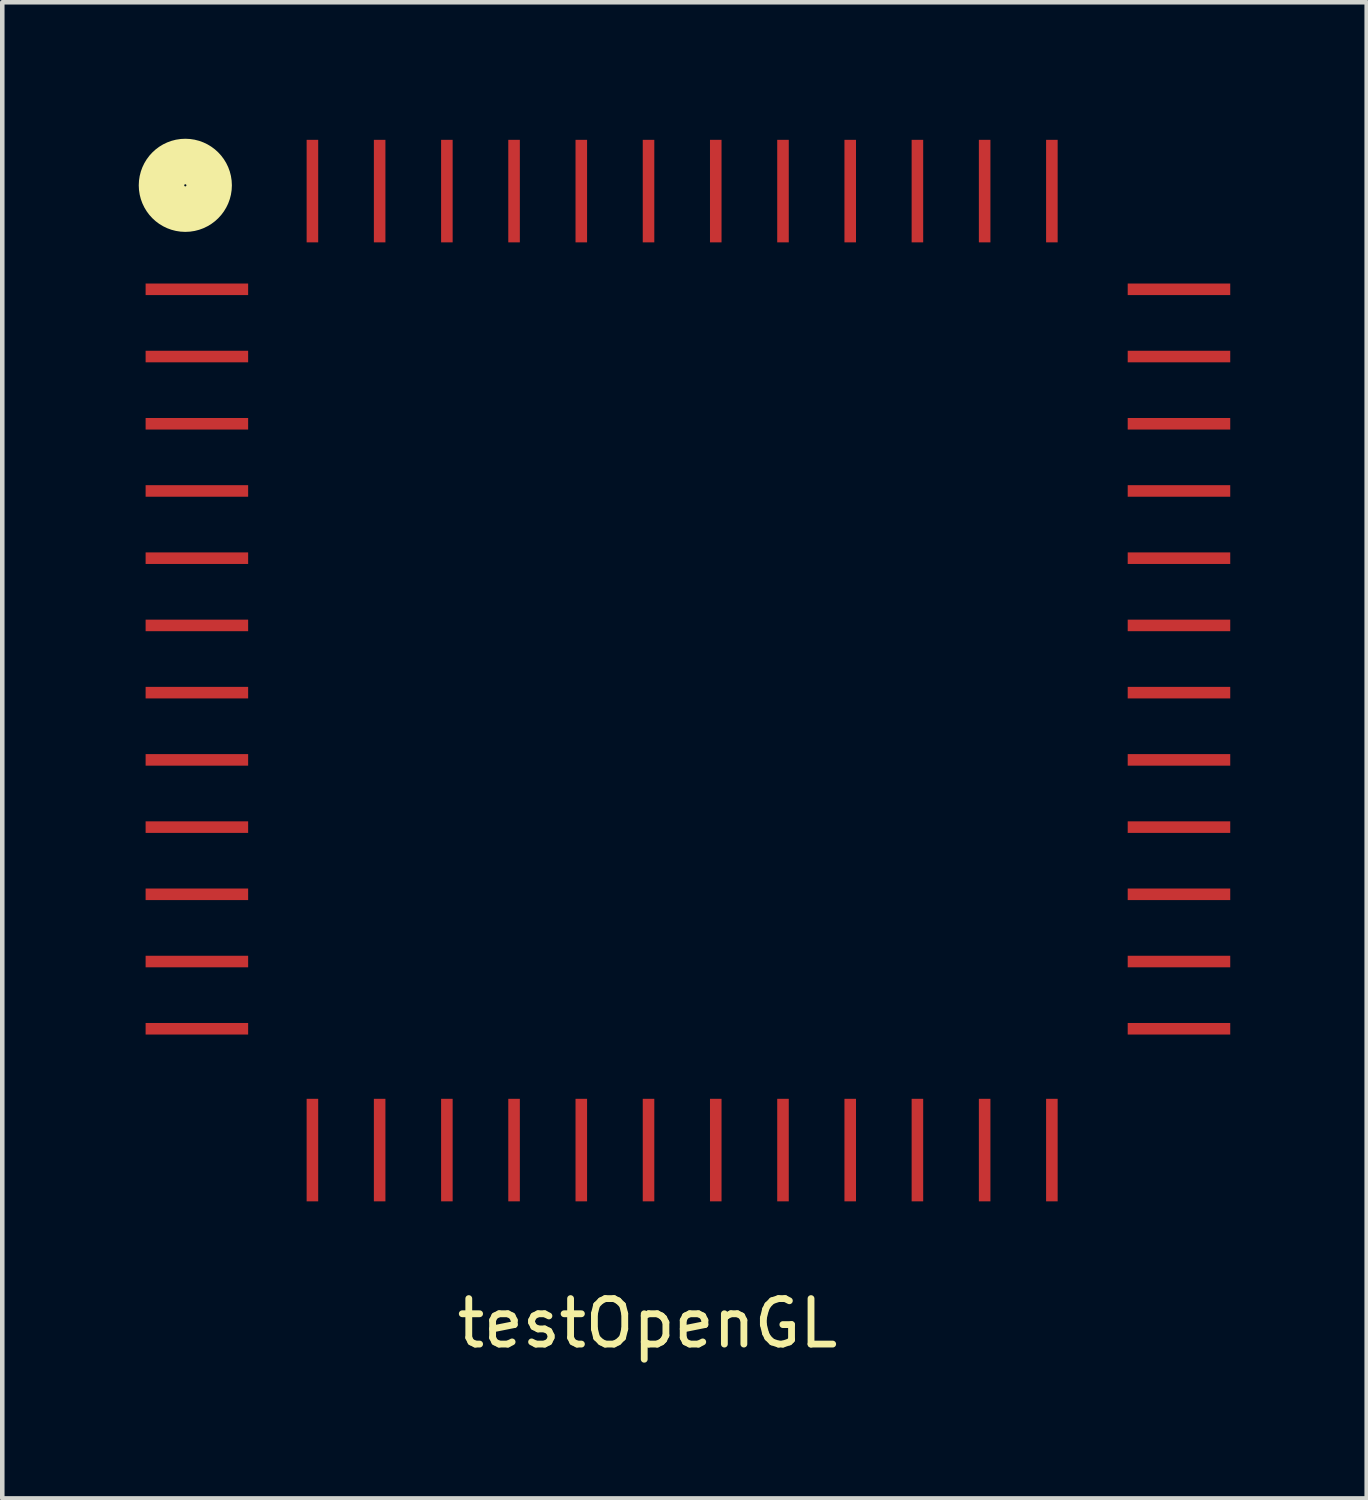
<source format=kicad_pcb>
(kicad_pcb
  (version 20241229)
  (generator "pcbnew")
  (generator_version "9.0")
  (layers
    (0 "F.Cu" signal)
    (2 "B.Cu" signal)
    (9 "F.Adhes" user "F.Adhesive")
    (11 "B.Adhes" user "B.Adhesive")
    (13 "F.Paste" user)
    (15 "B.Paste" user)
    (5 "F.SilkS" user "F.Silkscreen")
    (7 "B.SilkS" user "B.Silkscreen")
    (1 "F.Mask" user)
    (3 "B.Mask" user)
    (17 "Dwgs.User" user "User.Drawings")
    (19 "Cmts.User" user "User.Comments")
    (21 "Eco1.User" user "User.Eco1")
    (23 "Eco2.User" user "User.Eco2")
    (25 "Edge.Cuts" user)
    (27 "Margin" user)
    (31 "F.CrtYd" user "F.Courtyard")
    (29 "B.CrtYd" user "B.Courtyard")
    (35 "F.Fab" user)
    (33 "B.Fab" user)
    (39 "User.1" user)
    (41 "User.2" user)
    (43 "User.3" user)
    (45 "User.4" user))
  (footprint "testOpenGL"
    (layer "F.Cu")
    (at 11.311 10.803)
    (property "Reference" "testOpenGL" (at -0.127 15.24 0) (layer "F.SilkS") (effects (font (size 1 1) (thickness 0.15))))
    (attr through_hole)
    (fp_circle (center -10.287 -9.779) (end -9.779 -9.906) (stroke (width 1) (type solid)) (fill no) (layer "F.SilkS"))
    (pad "1" smd rect (at -10.033 -7.493 270) (size 0.254 2.254) (layers "F.Cu" "F.Mask" "F.Paste"))
    (pad "2" smd rect (at -10.033 -6.015 270) (size 0.254 2.254) (layers "F.Cu" "F.Mask" "F.Paste"))
    (pad "3" smd rect (at -10.033 -4.537 270) (size 0.254 2.254) (layers "F.Cu" "F.Mask" "F.Paste"))
    (pad "4" smd rect (at -10.033 -3.06 270) (size 0.254 2.254) (layers "F.Cu" "F.Mask" "F.Paste"))
    (pad "5" smd rect (at -10.033 -1.582 270) (size 0.254 2.254) (layers "F.Cu" "F.Mask" "F.Paste"))
    (pad "6" smd rect (at -10.033 -0.104 270) (size 0.254 2.254) (layers "F.Cu" "F.Mask" "F.Paste"))
    (pad "7" smd rect (at -10.033 1.374 270) (size 0.254 2.254) (layers "F.Cu" "F.Mask" "F.Paste"))
    (pad "8" smd rect (at -10.033 2.852 270) (size 0.254 2.254) (layers "F.Cu" "F.Mask" "F.Paste"))
    (pad "9" smd rect (at -10.033 4.33 270) (size 0.254 2.254) (layers "F.Cu" "F.Mask" "F.Paste"))
    (pad "10" smd rect (at -10.033 5.807 270) (size 0.254 2.254) (layers "F.Cu" "F.Mask" "F.Paste"))
    (pad "11" smd rect (at -10.033 7.285 270) (size 0.254 2.254) (layers "F.Cu" "F.Mask" "F.Paste"))
    (pad "12" smd rect (at -10.033 8.763 270) (size 0.254 2.254) (layers "F.Cu" "F.Mask" "F.Paste"))
    (pad "13" smd rect (at -7.493 11.43) (size 0.254 2.254) (layers "F.Cu" "F.Mask" "F.Paste"))
    (pad "14" smd rect (at -6.015 11.43) (size 0.254 2.254) (layers "F.Cu" "F.Mask" "F.Paste"))
    (pad "15" smd rect (at -4.537 11.43) (size 0.254 2.254) (layers "F.Cu" "F.Mask" "F.Paste"))
    (pad "16" smd rect (at -3.06 11.43) (size 0.254 2.254) (layers "F.Cu" "F.Mask" "F.Paste"))
    (pad "17" smd rect (at -1.582 11.43) (size 0.254 2.254) (layers "F.Cu" "F.Mask" "F.Paste"))
    (pad "18" smd rect (at -0.104 11.43) (size 0.254 2.254) (layers "F.Cu" "F.Mask" "F.Paste"))
    (pad "19" smd rect (at 1.374 11.43) (size 0.254 2.254) (layers "F.Cu" "F.Mask" "F.Paste"))
    (pad "20" smd rect (at 2.852 11.43) (size 0.254 2.254) (layers "F.Cu" "F.Mask" "F.Paste"))
    (pad "21" smd rect (at 4.33 11.43) (size 0.254 2.254) (layers "F.Cu" "F.Mask" "F.Paste"))
    (pad "22" smd rect (at 5.807 11.43) (size 0.254 2.254) (layers "F.Cu" "F.Mask" "F.Paste"))
    (pad "23" smd rect (at 7.285 11.43) (size 0.254 2.254) (layers "F.Cu" "F.Mask" "F.Paste"))
    (pad "24" smd rect (at 8.763 11.43) (size 0.254 2.254) (layers "F.Cu" "F.Mask" "F.Paste"))
    (pad "25" smd rect (at 11.557 8.763 270) (size 0.254 2.254) (layers "F.Cu" "F.Mask" "F.Paste"))
    (pad "26" smd rect (at 11.557 7.285 270) (size 0.254 2.254) (layers "F.Cu" "F.Mask" "F.Paste"))
    (pad "27" smd rect (at 11.557 5.807 270) (size 0.254 2.254) (layers "F.Cu" "F.Mask" "F.Paste"))
    (pad "28" smd rect (at 11.557 4.33 270) (size 0.254 2.254) (layers "F.Cu" "F.Mask" "F.Paste"))
    (pad "29" smd rect (at 11.557 2.852 270) (size 0.254 2.254) (layers "F.Cu" "F.Mask" "F.Paste"))
    (pad "30" smd rect (at 11.557 1.374 270) (size 0.254 2.254) (layers "F.Cu" "F.Mask" "F.Paste"))
    (pad "31" smd rect (at 11.557 -0.104 270) (size 0.254 2.254) (layers "F.Cu" "F.Mask" "F.Paste"))
    (pad "32" smd rect (at 11.557 -1.582 270) (size 0.254 2.254) (layers "F.Cu" "F.Mask" "F.Paste"))
    (pad "33" smd rect (at 11.557 -3.06 270) (size 0.254 2.254) (layers "F.Cu" "F.Mask" "F.Paste"))
    (pad "34" smd rect (at 11.557 -4.537 270) (size 0.254 2.254) (layers "F.Cu" "F.Mask" "F.Paste"))
    (pad "35" smd rect (at 11.557 -6.015 270) (size 0.254 2.254) (layers "F.Cu" "F.Mask" "F.Paste"))
    (pad "36" smd rect (at 11.557 -7.493 270) (size 0.254 2.254) (layers "F.Cu" "F.Mask" "F.Paste"))
    (pad "37" smd rect (at 8.763 -9.652) (size 0.254 2.254) (layers "F.Cu" "F.Mask" "F.Paste"))
    (pad "38" smd rect (at 7.285 -9.652) (size 0.254 2.254) (layers "F.Cu" "F.Mask" "F.Paste"))
    (pad "39" smd rect (at 5.807 -9.652) (size 0.254 2.254) (layers "F.Cu" "F.Mask" "F.Paste"))
    (pad "40" smd rect (at 4.33 -9.652) (size 0.254 2.254) (layers "F.Cu" "F.Mask" "F.Paste"))
    (pad "41" smd rect (at 2.852 -9.652) (size 0.254 2.254) (layers "F.Cu" "F.Mask" "F.Paste"))
    (pad "42" smd rect (at 1.374 -9.652) (size 0.254 2.254) (layers "F.Cu" "F.Mask" "F.Paste"))
    (pad "43" smd rect (at -0.104 -9.652) (size 0.254 2.254) (layers "F.Cu" "F.Mask" "F.Paste"))
    (pad "44" smd rect (at -1.582 -9.652) (size 0.254 2.254) (layers "F.Cu" "F.Mask" "F.Paste"))
    (pad "45" smd rect (at -3.06 -9.652) (size 0.254 2.254) (layers "F.Cu" "F.Mask" "F.Paste"))
    (pad "46" smd rect (at -4.537 -9.652) (size 0.254 2.254) (layers "F.Cu" "F.Mask" "F.Paste"))
    (pad "47" smd rect (at -6.015 -9.652) (size 0.254 2.254) (layers "F.Cu" "F.Mask" "F.Paste"))
    (pad "48" smd rect (at -7.493 -9.652) (size 0.254 2.254) (layers "F.Cu" "F.Mask" "F.Paste")))
  (gr_rect
    (start -3 -3)
    (end 26.995 29.891)
    (stroke (width 0.1) (type default))
    (fill no)
    (layer "Edge.Cuts")))
</source>
